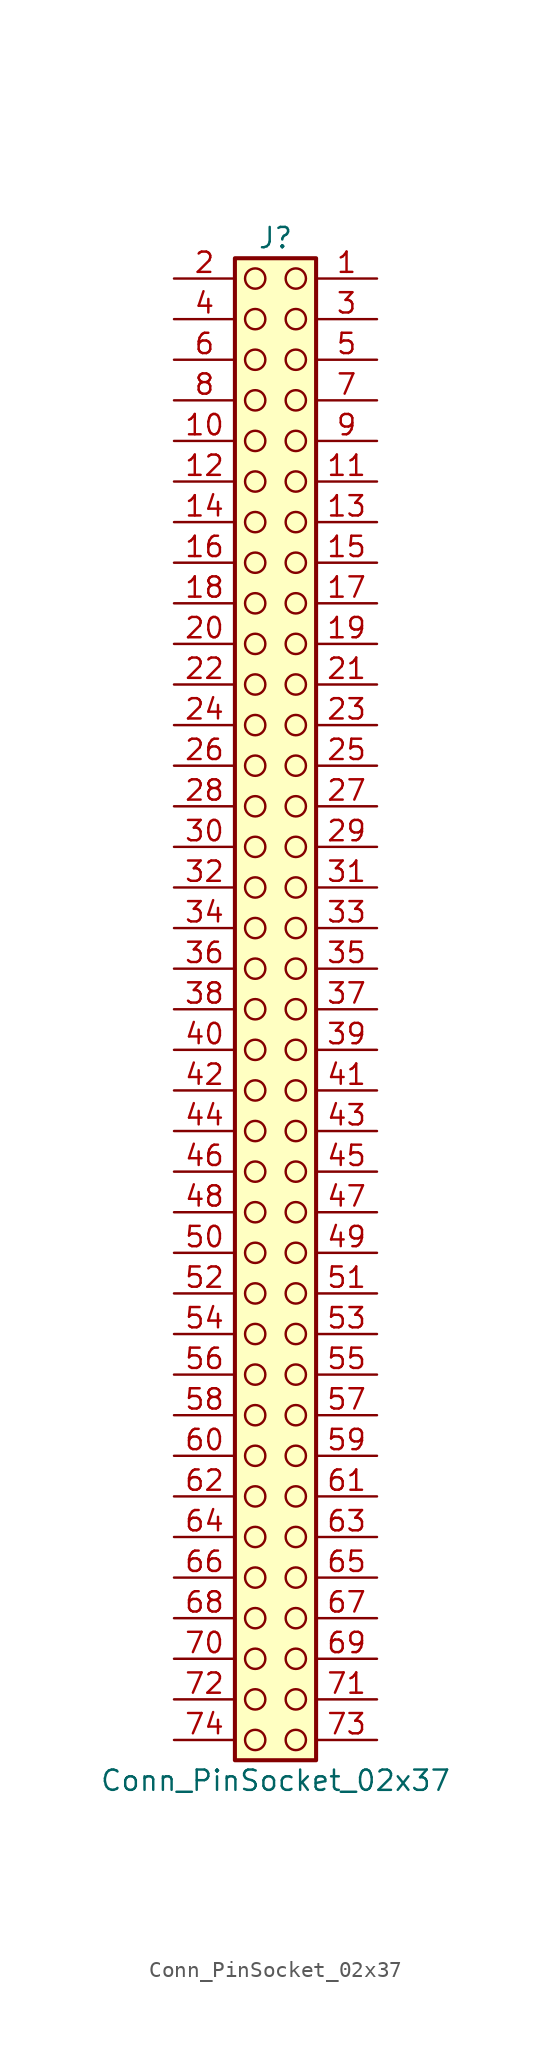
<source format=kicad_sym>
(kicad_symbol_lib
  (version 20241209)
  (generator "kicad_symbol_editor")
  (generator_version "9.0")
  (symbol "Conn_PinSocket_02x37"
    (pin_names
      (offset 1.016)
      (hide yes))
    (property "Reference" "J"
      (at 1.27 48.26 0)
      (effects (font (size 1.27 1.27))))
    (property "Value" "Conn_PinSocket_02x37"
      (at 1.27 -48.26 0)
      (effects (font (size 1.27 1.27))))
    (symbol "Conn_PinSocket_02x37_1_1"
      (rectangle (start -1.27 46.99) (end 3.81 -46.99) (stroke (width 0.254) (type default)) (fill (type background)))
      (circle (center 0 45.72) (radius 0.635) (stroke (width 0) (type solid) (color 132 0 0 1)) (fill (type none)))
      (circle (center 0 43.18) (radius 0.635) (stroke (width 0) (type solid) (color 132 0 0 1)) (fill (type none)))
      (circle (center 0 40.64) (radius 0.635) (stroke (width 0) (type solid) (color 132 0 0 1)) (fill (type none)))
      (circle (center 0 38.1) (radius 0.635) (stroke (width 0) (type solid) (color 132 0 0 1)) (fill (type none)))
      (circle (center 0 35.56) (radius 0.635) (stroke (width 0) (type solid) (color 132 0 0 1)) (fill (type none)))
      (circle (center 0 33.02) (radius 0.635) (stroke (width 0) (type solid) (color 132 0 0 1)) (fill (type none)))
      (circle (center 0 30.48) (radius 0.635) (stroke (width 0) (type solid) (color 132 0 0 1)) (fill (type none)))
      (circle (center 0 27.94) (radius 0.635) (stroke (width 0) (type solid) (color 132 0 0 1)) (fill (type none)))
      (circle (center 0 25.4) (radius 0.635) (stroke (width 0) (type solid) (color 132 0 0 1)) (fill (type none)))
      (circle (center 0 22.86) (radius 0.635) (stroke (width 0) (type solid) (color 132 0 0 1)) (fill (type none)))
      (circle (center 0 20.32) (radius 0.635) (stroke (width 0) (type solid) (color 132 0 0 1)) (fill (type none)))
      (circle (center 0 17.78) (radius 0.635) (stroke (width 0) (type solid) (color 132 0 0 1)) (fill (type none)))
      (circle (center 0 15.24) (radius 0.635) (stroke (width 0) (type solid) (color 132 0 0 1)) (fill (type none)))
      (circle (center 0 12.7) (radius 0.635) (stroke (width 0) (type solid) (color 132 0 0 1)) (fill (type none)))
      (circle (center 0 10.16) (radius 0.635) (stroke (width 0) (type solid) (color 132 0 0 1)) (fill (type none)))
      (circle (center 0 7.62) (radius 0.635) (stroke (width 0) (type solid) (color 132 0 0 1)) (fill (type none)))
      (circle (center 0 5.08) (radius 0.635) (stroke (width 0) (type solid) (color 132 0 0 1)) (fill (type none)))
      (circle (center 0 2.54) (radius 0.635) (stroke (width 0) (type solid) (color 132 0 0 1)) (fill (type none)))
      (circle (center 0 0) (radius 0.635) (stroke (width 0) (type solid) (color 132 0 0 1)) (fill (type none)))
      (circle (center 0 -2.54) (radius 0.635) (stroke (width 0) (type solid) (color 132 0 0 1)) (fill (type none)))
      (circle (center 0 -5.08) (radius 0.635) (stroke (width 0) (type solid) (color 132 0 0 1)) (fill (type none)))
      (circle (center 0 -7.62) (radius 0.635) (stroke (width 0) (type solid) (color 132 0 0 1)) (fill (type none)))
      (circle (center 0 -10.16) (radius 0.635) (stroke (width 0) (type solid) (color 132 0 0 1)) (fill (type none)))
      (circle (center 0 -12.7) (radius 0.635) (stroke (width 0) (type solid) (color 132 0 0 1)) (fill (type none)))
      (circle (center 0 -15.24) (radius 0.635) (stroke (width 0) (type solid) (color 132 0 0 1)) (fill (type none)))
      (circle (center 0 -17.78) (radius 0.635) (stroke (width 0) (type solid) (color 132 0 0 1)) (fill (type none)))
      (circle (center 0 -20.32) (radius 0.635) (stroke (width 0) (type solid) (color 132 0 0 1)) (fill (type none)))
      (circle (center 0 -22.86) (radius 0.635) (stroke (width 0) (type solid) (color 132 0 0 1)) (fill (type none)))
      (circle (center 0 -25.4) (radius 0.635) (stroke (width 0) (type solid) (color 132 0 0 1)) (fill (type none)))
      (circle (center 0 -27.94) (radius 0.635) (stroke (width 0) (type solid) (color 132 0 0 1)) (fill (type none)))
      (circle (center 0 -30.48) (radius 0.635) (stroke (width 0) (type solid) (color 132 0 0 1)) (fill (type none)))
      (circle (center 0 -33.02) (radius 0.635) (stroke (width 0) (type solid) (color 132 0 0 1)) (fill (type none)))
      (circle (center 0 -35.56) (radius 0.635) (stroke (width 0) (type solid) (color 132 0 0 1)) (fill (type none)))
      (circle (center 0 -38.1) (radius 0.635) (stroke (width 0) (type solid) (color 132 0 0 1)) (fill (type none)))
      (circle (center 0 -40.64) (radius 0.635) (stroke (width 0) (type solid) (color 132 0 0 1)) (fill (type none)))
      (circle (center 0 -43.18) (radius 0.635) (stroke (width 0) (type solid) (color 132 0 0 1)) (fill (type none)))
      (circle (center 0 -45.72) (radius 0.635) (stroke (width 0) (type solid) (color 132 0 0 1)) (fill (type none)))
      (circle (center 2.54 45.72) (radius 0.635) (stroke (width 0) (type solid) (color 132 0 0 1)) (fill (type none)))
      (circle (center 2.54 43.18) (radius 0.635) (stroke (width 0) (type solid) (color 132 0 0 1)) (fill (type none)))
      (circle (center 2.54 40.64) (radius 0.635) (stroke (width 0) (type solid) (color 132 0 0 1)) (fill (type none)))
      (circle (center 2.54 38.1) (radius 0.635) (stroke (width 0) (type solid) (color 132 0 0 1)) (fill (type none)))
      (circle (center 2.54 35.56) (radius 0.635) (stroke (width 0) (type solid) (color 132 0 0 1)) (fill (type none)))
      (circle (center 2.54 33.02) (radius 0.635) (stroke (width 0) (type solid) (color 132 0 0 1)) (fill (type none)))
      (circle (center 2.54 30.48) (radius 0.635) (stroke (width 0) (type solid) (color 132 0 0 1)) (fill (type none)))
      (circle (center 2.54 27.94) (radius 0.635) (stroke (width 0) (type solid) (color 132 0 0 1)) (fill (type none)))
      (circle (center 2.54 25.4) (radius 0.635) (stroke (width 0) (type solid) (color 132 0 0 1)) (fill (type none)))
      (circle (center 2.54 22.86) (radius 0.635) (stroke (width 0) (type solid) (color 132 0 0 1)) (fill (type none)))
      (circle (center 2.54 20.32) (radius 0.635) (stroke (width 0) (type solid) (color 132 0 0 1)) (fill (type none)))
      (circle (center 2.54 17.78) (radius 0.635) (stroke (width 0) (type solid) (color 132 0 0 1)) (fill (type none)))
      (circle (center 2.54 15.24) (radius 0.635) (stroke (width 0) (type solid) (color 132 0 0 1)) (fill (type none)))
      (circle (center 2.54 12.7) (radius 0.635) (stroke (width 0) (type solid) (color 132 0 0 1)) (fill (type none)))
      (circle (center 2.54 10.16) (radius 0.635) (stroke (width 0) (type solid) (color 132 0 0 1)) (fill (type none)))
      (circle (center 2.54 7.62) (radius 0.635) (stroke (width 0) (type solid) (color 132 0 0 1)) (fill (type none)))
      (circle (center 2.54 5.08) (radius 0.635) (stroke (width 0) (type solid) (color 132 0 0 1)) (fill (type none)))
      (circle (center 2.54 2.54) (radius 0.635) (stroke (width 0) (type solid) (color 132 0 0 1)) (fill (type none)))
      (circle (center 2.54 0) (radius 0.635) (stroke (width 0) (type solid) (color 132 0 0 1)) (fill (type none)))
      (circle (center 2.54 -2.54) (radius 0.635) (stroke (width 0) (type solid) (color 132 0 0 1)) (fill (type none)))
      (circle (center 2.54 -5.08) (radius 0.635) (stroke (width 0) (type solid) (color 132 0 0 1)) (fill (type none)))
      (circle (center 2.54 -7.62) (radius 0.635) (stroke (width 0) (type solid) (color 132 0 0 1)) (fill (type none)))
      (circle (center 2.54 -10.16) (radius 0.635) (stroke (width 0) (type solid) (color 132 0 0 1)) (fill (type none)))
      (circle (center 2.54 -12.7) (radius 0.635) (stroke (width 0) (type solid) (color 132 0 0 1)) (fill (type none)))
      (circle (center 2.54 -15.24) (radius 0.635) (stroke (width 0) (type solid) (color 132 0 0 1)) (fill (type none)))
      (circle (center 2.54 -17.78) (radius 0.635) (stroke (width 0) (type solid) (color 132 0 0 1)) (fill (type none)))
      (circle (center 2.54 -20.32) (radius 0.635) (stroke (width 0) (type solid) (color 132 0 0 1)) (fill (type none)))
      (circle (center 2.54 -22.86) (radius 0.635) (stroke (width 0) (type solid) (color 132 0 0 1)) (fill (type none)))
      (circle (center 2.54 -25.4) (radius 0.635) (stroke (width 0) (type solid) (color 132 0 0 1)) (fill (type none)))
      (circle (center 2.54 -27.94) (radius 0.635) (stroke (width 0) (type solid) (color 132 0 0 1)) (fill (type none)))
      (circle (center 2.54 -30.48) (radius 0.635) (stroke (width 0) (type solid) (color 132 0 0 1)) (fill (type none)))
      (circle (center 2.54 -33.02) (radius 0.635) (stroke (width 0) (type solid) (color 132 0 0 1)) (fill (type none)))
      (circle (center 2.54 -35.56) (radius 0.635) (stroke (width 0) (type solid) (color 132 0 0 1)) (fill (type none)))
      (circle (center 2.54 -38.1) (radius 0.635) (stroke (width 0) (type solid) (color 132 0 0 1)) (fill (type none)))
      (circle (center 2.54 -40.64) (radius 0.635) (stroke (width 0) (type solid) (color 132 0 0 1)) (fill (type none)))
      (circle (center 2.54 -43.18) (radius 0.635) (stroke (width 0) (type solid) (color 132 0 0 1)) (fill (type none)))
      (circle (center 2.54 -45.72) (radius 0.635) (stroke (width 0) (type solid) (color 132 0 0 1)) (fill (type none)))
      (pin passive line (at -5.08 45.72 0) (length 3.81) (name "Pin_2" (effects (font (size 1.27 1.27)))) (number "2" (effects (font (size 1.27 1.27)))))
      (pin passive line (at -5.08 43.18 0) (length 3.81) (name "Pin_4" (effects (font (size 1.27 1.27)))) (number "4" (effects (font (size 1.27 1.27)))))
      (pin passive line (at -5.08 40.64 0) (length 3.81) (name "Pin_6" (effects (font (size 1.27 1.27)))) (number "6" (effects (font (size 1.27 1.27)))))
      (pin passive line (at -5.08 38.1 0) (length 3.81) (name "Pin_8" (effects (font (size 1.27 1.27)))) (number "8" (effects (font (size 1.27 1.27)))))
      (pin passive line (at -5.08 35.56 0) (length 3.81) (name "Pin_10" (effects (font (size 1.27 1.27)))) (number "10" (effects (font (size 1.27 1.27)))))
      (pin passive line (at -5.08 33.02 0) (length 3.81) (name "Pin_12" (effects (font (size 1.27 1.27)))) (number "12" (effects (font (size 1.27 1.27)))))
      (pin passive line (at -5.08 30.48 0) (length 3.81) (name "Pin_14" (effects (font (size 1.27 1.27)))) (number "14" (effects (font (size 1.27 1.27)))))
      (pin passive line (at -5.08 27.94 0) (length 3.81) (name "Pin_16" (effects (font (size 1.27 1.27)))) (number "16" (effects (font (size 1.27 1.27)))))
      (pin passive line (at -5.08 25.4 0) (length 3.81) (name "Pin_18" (effects (font (size 1.27 1.27)))) (number "18" (effects (font (size 1.27 1.27)))))
      (pin passive line (at -5.08 22.86 0) (length 3.81) (name "Pin_20" (effects (font (size 1.27 1.27)))) (number "20" (effects (font (size 1.27 1.27)))))
      (pin passive line (at -5.08 20.32 0) (length 3.81) (name "Pin_22" (effects (font (size 1.27 1.27)))) (number "22" (effects (font (size 1.27 1.27)))))
      (pin passive line (at -5.08 17.78 0) (length 3.81) (name "Pin_24" (effects (font (size 1.27 1.27)))) (number "24" (effects (font (size 1.27 1.27)))))
      (pin passive line (at -5.08 15.24 0) (length 3.81) (name "Pin_26" (effects (font (size 1.27 1.27)))) (number "26" (effects (font (size 1.27 1.27)))))
      (pin passive line (at -5.08 12.7 0) (length 3.81) (name "Pin_28" (effects (font (size 1.27 1.27)))) (number "28" (effects (font (size 1.27 1.27)))))
      (pin passive line (at -5.08 10.16 0) (length 3.81) (name "Pin_30" (effects (font (size 1.27 1.27)))) (number "30" (effects (font (size 1.27 1.27)))))
      (pin passive line (at -5.08 7.62 0) (length 3.81) (name "Pin_32" (effects (font (size 1.27 1.27)))) (number "32" (effects (font (size 1.27 1.27)))))
      (pin passive line (at -5.08 5.08 0) (length 3.81) (name "Pin_34" (effects (font (size 1.27 1.27)))) (number "34" (effects (font (size 1.27 1.27)))))
      (pin passive line (at -5.08 2.54 0) (length 3.81) (name "Pin_36" (effects (font (size 1.27 1.27)))) (number "36" (effects (font (size 1.27 1.27)))))
      (pin passive line (at -5.08 0 0) (length 3.81) (name "Pin_38" (effects (font (size 1.27 1.27)))) (number "38" (effects (font (size 1.27 1.27)))))
      (pin passive line (at -5.08 -2.54 0) (length 3.81) (name "Pin_40" (effects (font (size 1.27 1.27)))) (number "40" (effects (font (size 1.27 1.27)))))
      (pin passive line (at -5.08 -5.08 0) (length 3.81) (name "Pin_42" (effects (font (size 1.27 1.27)))) (number "42" (effects (font (size 1.27 1.27)))))
      (pin passive line (at -5.08 -7.62 0) (length 3.81) (name "Pin_44" (effects (font (size 1.27 1.27)))) (number "44" (effects (font (size 1.27 1.27)))))
      (pin passive line (at -5.08 -10.16 0) (length 3.81) (name "Pin_46" (effects (font (size 1.27 1.27)))) (number "46" (effects (font (size 1.27 1.27)))))
      (pin passive line (at -5.08 -12.7 0) (length 3.81) (name "Pin_48" (effects (font (size 1.27 1.27)))) (number "48" (effects (font (size 1.27 1.27)))))
      (pin passive line (at -5.08 -15.24 0) (length 3.81) (name "Pin_50" (effects (font (size 1.27 1.27)))) (number "50" (effects (font (size 1.27 1.27)))))
      (pin passive line (at -5.08 -17.78 0) (length 3.81) (name "Pin_52" (effects (font (size 1.27 1.27)))) (number "52" (effects (font (size 1.27 1.27)))))
      (pin passive line (at -5.08 -20.32 0) (length 3.81) (name "Pin_54" (effects (font (size 1.27 1.27)))) (number "54" (effects (font (size 1.27 1.27)))))
      (pin passive line (at -5.08 -22.86 0) (length 3.81) (name "Pin_56" (effects (font (size 1.27 1.27)))) (number "56" (effects (font (size 1.27 1.27)))))
      (pin passive line (at -5.08 -25.4 0) (length 3.81) (name "Pin_58" (effects (font (size 1.27 1.27)))) (number "58" (effects (font (size 1.27 1.27)))))
      (pin passive line (at -5.08 -27.94 0) (length 3.81) (name "Pin_60" (effects (font (size 1.27 1.27)))) (number "60" (effects (font (size 1.27 1.27)))))
      (pin passive line (at -5.08 -30.48 0) (length 3.81) (name "Pin_62" (effects (font (size 1.27 1.27)))) (number "62" (effects (font (size 1.27 1.27)))))
      (pin passive line (at -5.08 -33.02 0) (length 3.81) (name "Pin_64" (effects (font (size 1.27 1.27)))) (number "64" (effects (font (size 1.27 1.27)))))
      (pin passive line (at -5.08 -35.56 0) (length 3.81) (name "Pin_66" (effects (font (size 1.27 1.27)))) (number "66" (effects (font (size 1.27 1.27)))))
      (pin passive line (at -5.08 -38.1 0) (length 3.81) (name "Pin_68" (effects (font (size 1.27 1.27)))) (number "68" (effects (font (size 1.27 1.27)))))
      (pin passive line (at -5.08 -40.64 0) (length 3.81) (name "Pin_70" (effects (font (size 1.27 1.27)))) (number "70" (effects (font (size 1.27 1.27)))))
      (pin passive line (at -5.08 -43.18 0) (length 3.81) (name "Pin_72" (effects (font (size 1.27 1.27)))) (number "72" (effects (font (size 1.27 1.27)))))
      (pin passive line (at -5.08 -45.72 0) (length 3.81) (name "Pin_74" (effects (font (size 1.27 1.27)))) (number "74" (effects (font (size 1.27 1.27)))))
      (pin passive line (at 7.62 45.72 180) (length 3.81) (name "Pin_1" (effects (font (size 1.27 1.27)))) (number "1" (effects (font (size 1.27 1.27)))))
      (pin passive line (at 7.62 43.18 180) (length 3.81) (name "Pin_3" (effects (font (size 1.27 1.27)))) (number "3" (effects (font (size 1.27 1.27)))))
      (pin passive line (at 7.62 40.64 180) (length 3.81) (name "Pin_5" (effects (font (size 1.27 1.27)))) (number "5" (effects (font (size 1.27 1.27)))))
      (pin passive line (at 7.62 38.1 180) (length 3.81) (name "Pin_7" (effects (font (size 1.27 1.27)))) (number "7" (effects (font (size 1.27 1.27)))))
      (pin passive line (at 7.62 35.56 180) (length 3.81) (name "Pin_9" (effects (font (size 1.27 1.27)))) (number "9" (effects (font (size 1.27 1.27)))))
      (pin passive line (at 7.62 33.02 180) (length 3.81) (name "Pin_11" (effects (font (size 1.27 1.27)))) (number "11" (effects (font (size 1.27 1.27)))))
      (pin passive line (at 7.62 30.48 180) (length 3.81) (name "Pin_13" (effects (font (size 1.27 1.27)))) (number "13" (effects (font (size 1.27 1.27)))))
      (pin passive line (at 7.62 27.94 180) (length 3.81) (name "Pin_15" (effects (font (size 1.27 1.27)))) (number "15" (effects (font (size 1.27 1.27)))))
      (pin passive line (at 7.62 25.4 180) (length 3.81) (name "Pin_17" (effects (font (size 1.27 1.27)))) (number "17" (effects (font (size 1.27 1.27)))))
      (pin passive line (at 7.62 22.86 180) (length 3.81) (name "Pin_19" (effects (font (size 1.27 1.27)))) (number "19" (effects (font (size 1.27 1.27)))))
      (pin passive line (at 7.62 20.32 180) (length 3.81) (name "Pin_21" (effects (font (size 1.27 1.27)))) (number "21" (effects (font (size 1.27 1.27)))))
      (pin passive line (at 7.62 17.78 180) (length 3.81) (name "Pin_23" (effects (font (size 1.27 1.27)))) (number "23" (effects (font (size 1.27 1.27)))))
      (pin passive line (at 7.62 15.24 180) (length 3.81) (name "Pin_25" (effects (font (size 1.27 1.27)))) (number "25" (effects (font (size 1.27 1.27)))))
      (pin passive line (at 7.62 12.7 180) (length 3.81) (name "Pin_27" (effects (font (size 1.27 1.27)))) (number "27" (effects (font (size 1.27 1.27)))))
      (pin passive line (at 7.62 10.16 180) (length 3.81) (name "Pin_29" (effects (font (size 1.27 1.27)))) (number "29" (effects (font (size 1.27 1.27)))))
      (pin passive line (at 7.62 7.62 180) (length 3.81) (name "Pin_31" (effects (font (size 1.27 1.27)))) (number "31" (effects (font (size 1.27 1.27)))))
      (pin passive line (at 7.62 5.08 180) (length 3.81) (name "Pin_33" (effects (font (size 1.27 1.27)))) (number "33" (effects (font (size 1.27 1.27)))))
      (pin passive line (at 7.62 2.54 180) (length 3.81) (name "Pin_35" (effects (font (size 1.27 1.27)))) (number "35" (effects (font (size 1.27 1.27)))))
      (pin passive line (at 7.62 0 180) (length 3.81) (name "Pin_37" (effects (font (size 1.27 1.27)))) (number "37" (effects (font (size 1.27 1.27)))))
      (pin passive line (at 7.62 -2.54 180) (length 3.81) (name "Pin_39" (effects (font (size 1.27 1.27)))) (number "39" (effects (font (size 1.27 1.27)))))
      (pin passive line (at 7.62 -5.08 180) (length 3.81) (name "Pin_41" (effects (font (size 1.27 1.27)))) (number "41" (effects (font (size 1.27 1.27)))))
      (pin passive line (at 7.62 -7.62 180) (length 3.81) (name "Pin_43" (effects (font (size 1.27 1.27)))) (number "43" (effects (font (size 1.27 1.27)))))
      (pin passive line (at 7.62 -10.16 180) (length 3.81) (name "Pin_45" (effects (font (size 1.27 1.27)))) (number "45" (effects (font (size 1.27 1.27)))))
      (pin passive line (at 7.62 -12.7 180) (length 3.81) (name "Pin_47" (effects (font (size 1.27 1.27)))) (number "47" (effects (font (size 1.27 1.27)))))
      (pin passive line (at 7.62 -15.24 180) (length 3.81) (name "Pin_49" (effects (font (size 1.27 1.27)))) (number "49" (effects (font (size 1.27 1.27)))))
      (pin passive line (at 7.62 -17.78 180) (length 3.81) (name "Pin_51" (effects (font (size 1.27 1.27)))) (number "51" (effects (font (size 1.27 1.27)))))
      (pin passive line (at 7.62 -20.32 180) (length 3.81) (name "Pin_53" (effects (font (size 1.27 1.27)))) (number "53" (effects (font (size 1.27 1.27)))))
      (pin passive line (at 7.62 -22.86 180) (length 3.81) (name "Pin_55" (effects (font (size 1.27 1.27)))) (number "55" (effects (font (size 1.27 1.27)))))
      (pin passive line (at 7.62 -25.4 180) (length 3.81) (name "Pin_57" (effects (font (size 1.27 1.27)))) (number "57" (effects (font (size 1.27 1.27)))))
      (pin passive line (at 7.62 -27.94 180) (length 3.81) (name "Pin_59" (effects (font (size 1.27 1.27)))) (number "59" (effects (font (size 1.27 1.27)))))
      (pin passive line (at 7.62 -30.48 180) (length 3.81) (name "Pin_61" (effects (font (size 1.27 1.27)))) (number "61" (effects (font (size 1.27 1.27)))))
      (pin passive line (at 7.62 -33.02 180) (length 3.81) (name "Pin_63" (effects (font (size 1.27 1.27)))) (number "63" (effects (font (size 1.27 1.27)))))
      (pin passive line (at 7.62 -35.56 180) (length 3.81) (name "Pin_65" (effects (font (size 1.27 1.27)))) (number "65" (effects (font (size 1.27 1.27)))))
      (pin passive line (at 7.62 -38.1 180) (length 3.81) (name "Pin_67" (effects (font (size 1.27 1.27)))) (number "67" (effects (font (size 1.27 1.27)))))
      (pin passive line (at 7.62 -40.64 180) (length 3.81) (name "Pin_69" (effects (font (size 1.27 1.27)))) (number "69" (effects (font (size 1.27 1.27)))))
      (pin passive line (at 7.62 -43.18 180) (length 3.81) (name "Pin_71" (effects (font (size 1.27 1.27)))) (number "71" (effects (font (size 1.27 1.27)))))
      (pin passive line (at 7.62 -45.72 180) (length 3.81) (name "Pin_73" (effects (font (size 1.27 1.27)))) (number "73" (effects (font (size 1.27 1.27))))))))
</source>
